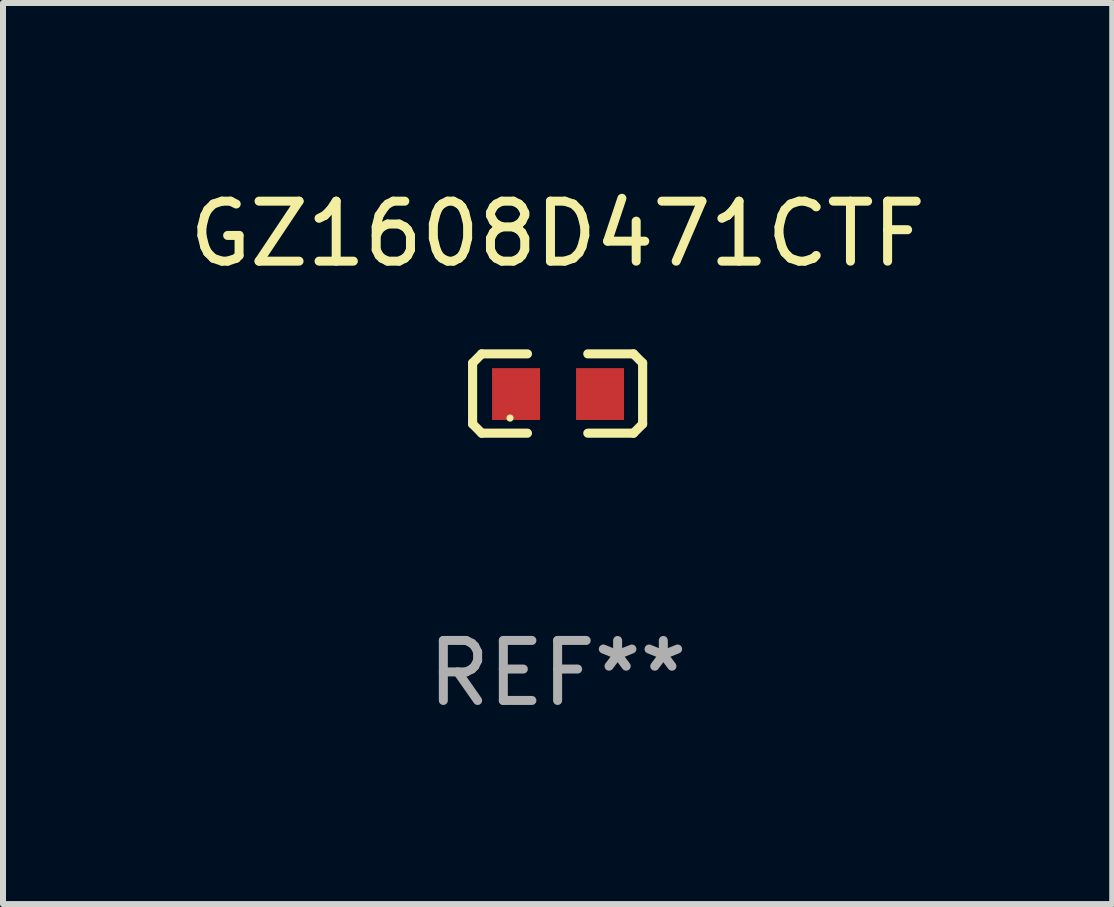
<source format=kicad_pcb>
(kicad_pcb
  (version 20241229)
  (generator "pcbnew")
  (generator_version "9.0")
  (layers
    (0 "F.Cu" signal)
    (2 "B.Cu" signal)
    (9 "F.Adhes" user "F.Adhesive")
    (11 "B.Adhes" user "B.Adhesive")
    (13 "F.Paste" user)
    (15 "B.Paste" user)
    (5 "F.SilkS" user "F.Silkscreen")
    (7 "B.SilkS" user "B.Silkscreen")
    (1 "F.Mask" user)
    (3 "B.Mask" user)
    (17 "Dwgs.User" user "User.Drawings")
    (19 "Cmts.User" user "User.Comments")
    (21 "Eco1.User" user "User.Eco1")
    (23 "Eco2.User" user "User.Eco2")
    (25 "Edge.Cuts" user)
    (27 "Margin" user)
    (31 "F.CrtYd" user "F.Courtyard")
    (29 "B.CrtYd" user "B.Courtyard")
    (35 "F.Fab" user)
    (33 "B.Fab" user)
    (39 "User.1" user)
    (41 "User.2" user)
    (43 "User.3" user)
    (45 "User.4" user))
  (footprint "GZ1608D471CTF"
    (layer "F.Cu")
    (at 6.244 3.509)
    (property "Reference" "GZ1608D471CTF" (at 0 -2.661 0) (layer "F.SilkS") (effects (font (size 1 1) (thickness 0.15))))
    (attr through_hole)
    (fp_line (start -1.417 -0.508) (end -1.265 -0.661) (stroke (width 0.152) (type solid)) (layer "F.SilkS"))
    (fp_line (start -1.417 0.508) (end -1.417 -0.508) (stroke (width 0.152) (type solid)) (layer "F.SilkS"))
    (fp_line (start -1.265 -0.661) (end -0.503 -0.661) (stroke (width 0.152) (type solid)) (layer "F.SilkS"))
    (fp_line (start -1.265 0.661) (end -1.417 0.508) (stroke (width 0.152) (type solid)) (layer "F.SilkS"))
    (fp_line (start -1.265 0.661) (end -0.503 0.661) (stroke (width 0.152) (type solid)) (layer "F.SilkS"))
    (fp_line (start 1.265 -0.661) (end 0.503 -0.661) (stroke (width 0.152) (type solid)) (layer "F.SilkS"))
    (fp_line (start 1.265 -0.661) (end 1.417 -0.508) (stroke (width 0.152) (type solid)) (layer "F.SilkS"))
    (fp_line (start 1.265 0.661) (end 0.503 0.661) (stroke (width 0.152) (type solid)) (layer "F.SilkS"))
    (fp_line (start 1.417 -0.508) (end 1.417 0.508) (stroke (width 0.152) (type solid)) (layer "F.SilkS"))
    (fp_line (start 1.417 0.508) (end 1.265 0.661) (stroke (width 0.152) (type solid)) (layer "F.SilkS"))
    (fp_circle (center -0.793 0.409) (end -0.763 0.409) (stroke (width 0.06) (type solid)) (fill no) (layer "F.SilkS"))
    (fp_text user "REF**" (at 0 4.661 0) (layer "F.Fab") (effects (font (size 1 1) (thickness 0.15))))
    (pad "1" smd rect (at -0.693 0.009 180) (size 0.8 0.864) (layers "F.Cu" "F.Mask" "F.Paste"))
    (pad "2" smd rect (at 0.707 0.009 180) (size 0.8 0.864) (layers "F.Cu" "F.Mask" "F.Paste")))
  (gr_rect
    (start -3 -3)
    (end 15.488 12.018)
    (stroke (width 0.1) (type default))
    (fill no)
    (layer "Edge.Cuts")))
</source>
